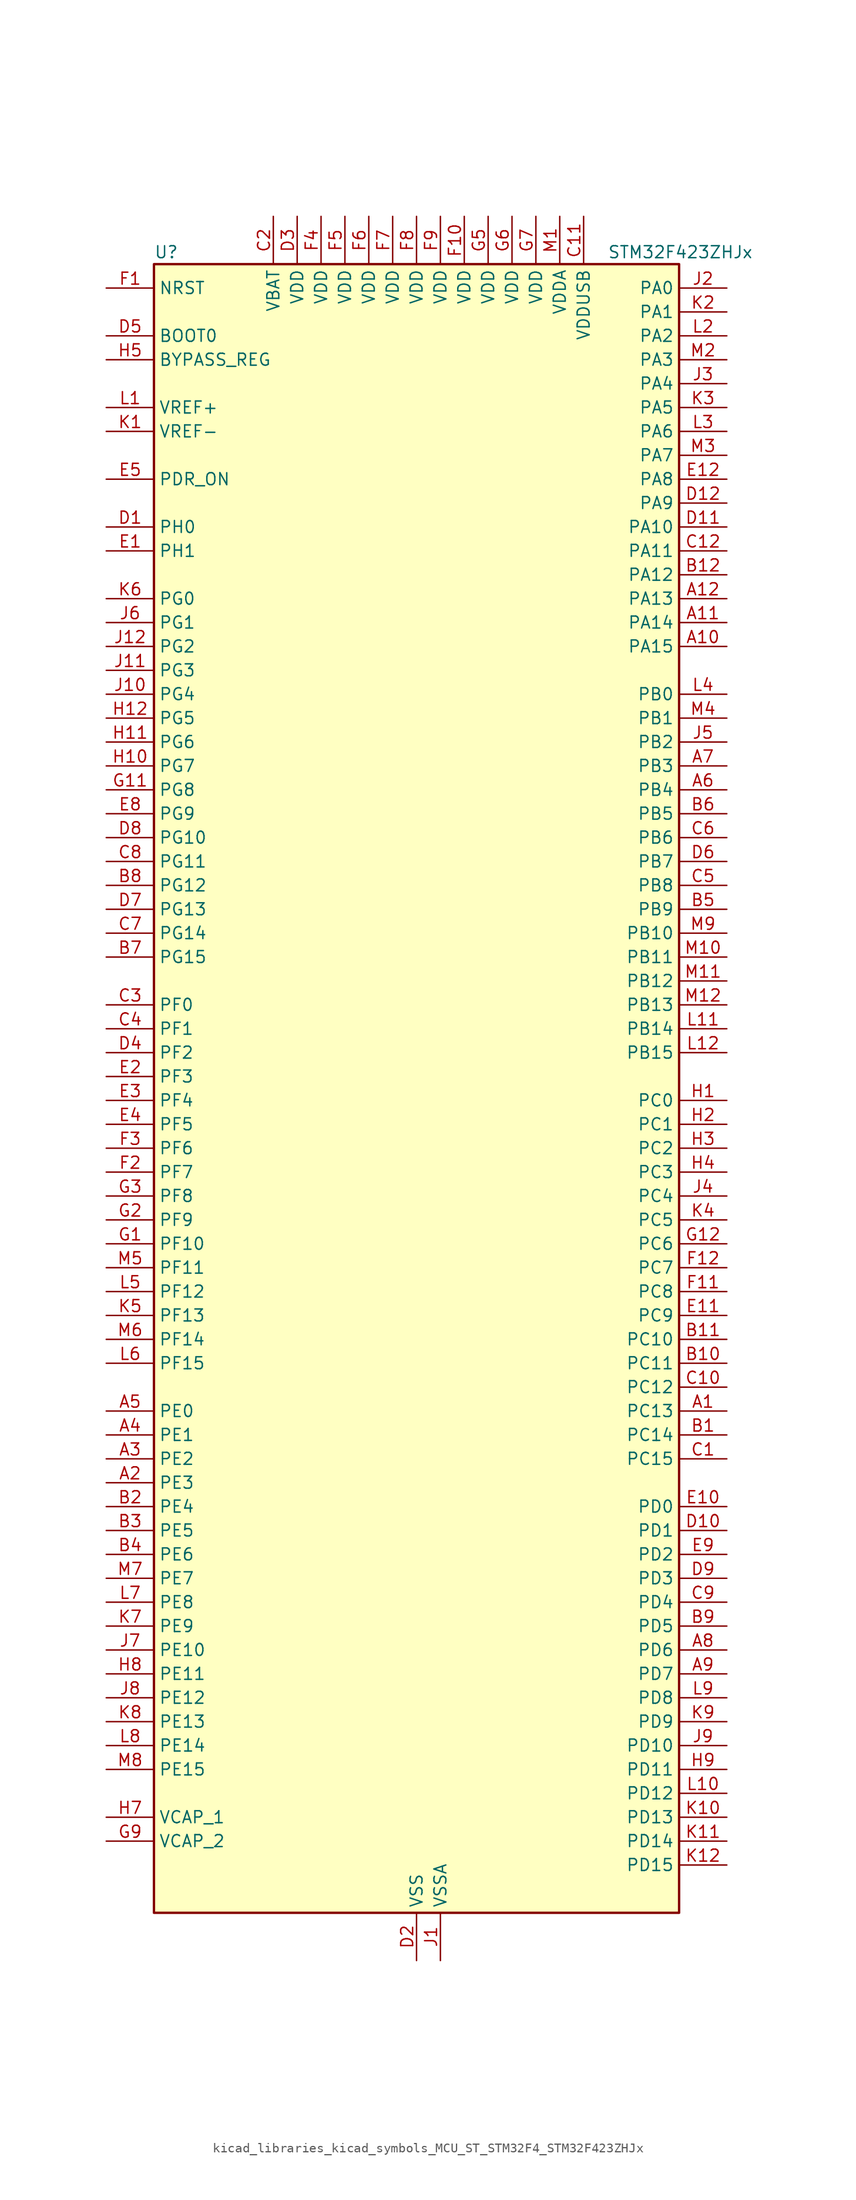
<source format=kicad_sym>
(kicad_symbol_lib
  (version 20220914)
  (generator kicad_symbol_editor)
  (symbol "kicad_libraries_kicad_symbols_MCU_ST_STM32F4_STM32F423ZHJx"
    (property "Reference" "U"
      (at -27.94 90.17 0)
      (effects (font (size 1.27 1.27)) (justify left)))
    (property "Value" "STM32F423ZHJx"
      (at 20.32 90.17 0)
      (effects (font (size 1.27 1.27)) (justify left)))
    (property "ki_locked" ""
      (at 0 0 0)
      (effects (font (size 1.27 1.27))))
    (symbol "kicad_libraries_kicad_symbols_MCU_ST_STM32F4_STM32F423ZHJx_0_1"
      (rectangle (start -27.94 -86.36) (end 27.94 88.9) (stroke (width 0.254) (type default)) (fill (type background))))
    (symbol "kicad_libraries_kicad_symbols_MCU_ST_STM32F4_STM32F423ZHJx_1_1"
      (pin bidirectional line (at 33.02 -33.02 180) (length 5.08) (name "PC13" (effects (font (size 1.27 1.27)))) (number "A1" (effects (font (size 1.27 1.27)))) (alternate "RTC_AF1" bidirectional line))
      (pin bidirectional line (at 33.02 48.26 180) (length 5.08) (name "PA15" (effects (font (size 1.27 1.27)))) (number "A10" (effects (font (size 1.27 1.27)))) (alternate "ADC1_EXTI15" bidirectional line) (alternate "CAN3_TX" bidirectional line) (alternate "I2S1_WS" bidirectional line) (alternate "I2S3_WS" bidirectional line) (alternate "SAI1_MCLK_A" bidirectional line) (alternate "SPI1_NSS" bidirectional line) (alternate "SPI3_NSS" bidirectional line) (alternate "SYS_JTDI" bidirectional line) (alternate "TIM2_CH1" bidirectional line) (alternate "TIM2_ETR" bidirectional line) (alternate "UART7_TX" bidirectional line) (alternate "USART1_TX" bidirectional line))
      (pin bidirectional line (at 33.02 50.8 180) (length 5.08) (name "PA14" (effects (font (size 1.27 1.27)))) (number "A11" (effects (font (size 1.27 1.27)))) (alternate "SYS_JTCK-SWCLK" bidirectional line))
      (pin bidirectional line (at 33.02 53.34 180) (length 5.08) (name "PA13" (effects (font (size 1.27 1.27)))) (number "A12" (effects (font (size 1.27 1.27)))) (alternate "SYS_JTMS-SWDIO" bidirectional line))
      (pin bidirectional line (at -33.02 -40.64 0) (length 5.08) (name "PE3" (effects (font (size 1.27 1.27)))) (number "A2" (effects (font (size 1.27 1.27)))) (alternate "FSMC_A19" bidirectional line) (alternate "SAI1_SD_B" bidirectional line) (alternate "SYS_TRACED0" bidirectional line) (alternate "UART10_TX" bidirectional line))
      (pin bidirectional line (at -33.02 -38.1 0) (length 5.08) (name "PE2" (effects (font (size 1.27 1.27)))) (number "A3" (effects (font (size 1.27 1.27)))) (alternate "FSMC_A23" bidirectional line) (alternate "I2S4_CK" bidirectional line) (alternate "I2S5_CK" bidirectional line) (alternate "QUADSPI_BK1_IO2" bidirectional line) (alternate "SAI1_MCLK_A" bidirectional line) (alternate "SPI4_SCK" bidirectional line) (alternate "SPI5_SCK" bidirectional line) (alternate "SYS_TRACECLK" bidirectional line) (alternate "UART10_RX" bidirectional line))
      (pin bidirectional line (at -33.02 -35.56 0) (length 5.08) (name "PE1" (effects (font (size 1.27 1.27)))) (number "A4" (effects (font (size 1.27 1.27)))) (alternate "DFSDM2_DATIN4" bidirectional line) (alternate "FSMC_NBL1" bidirectional line) (alternate "UART8_TX" bidirectional line))
      (pin bidirectional line (at -33.02 -33.02 0) (length 5.08) (name "PE0" (effects (font (size 1.27 1.27)))) (number "A5" (effects (font (size 1.27 1.27)))) (alternate "DFSDM2_CKIN4" bidirectional line) (alternate "FSMC_NBL0" bidirectional line) (alternate "TIM4_ETR" bidirectional line) (alternate "UART8_RX" bidirectional line))
      (pin bidirectional line (at 33.02 33.02 180) (length 5.08) (name "PB4" (effects (font (size 1.27 1.27)))) (number "A6" (effects (font (size 1.27 1.27)))) (alternate "CAN3_TX" bidirectional line) (alternate "I2C3_SDA" bidirectional line) (alternate "I2S3_ext_SD" bidirectional line) (alternate "SAI1_SCK_A" bidirectional line) (alternate "SDIO_D0" bidirectional line) (alternate "SPI1_MISO" bidirectional line) (alternate "SPI3_MISO" bidirectional line) (alternate "SYS_JTRST" bidirectional line) (alternate "TIM3_CH1" bidirectional line) (alternate "UART7_TX" bidirectional line))
      (pin bidirectional line (at 33.02 35.56 180) (length 5.08) (name "PB3" (effects (font (size 1.27 1.27)))) (number "A7" (effects (font (size 1.27 1.27)))) (alternate "CAN3_RX" bidirectional line) (alternate "FMPI2C1_SDA" bidirectional line) (alternate "I2C2_SDA" bidirectional line) (alternate "I2S1_CK" bidirectional line) (alternate "I2S3_CK" bidirectional line) (alternate "SAI1_SD_A" bidirectional line) (alternate "SPI1_SCK" bidirectional line) (alternate "SPI3_SCK" bidirectional line) (alternate "SYS_JTDO-SWO" bidirectional line) (alternate "TIM2_CH2" bidirectional line) (alternate "UART7_RX" bidirectional line) (alternate "USART1_RX" bidirectional line))
      (pin bidirectional line (at 33.02 -58.42 180) (length 5.08) (name "PD6" (effects (font (size 1.27 1.27)))) (number "A8" (effects (font (size 1.27 1.27)))) (alternate "DFSDM1_DATIN1" bidirectional line) (alternate "FSMC_NWAIT" bidirectional line) (alternate "I2S3_SD" bidirectional line) (alternate "SPI3_MOSI" bidirectional line) (alternate "USART2_RX" bidirectional line))
      (pin bidirectional line (at 33.02 -60.96 180) (length 5.08) (name "PD7" (effects (font (size 1.27 1.27)))) (number "A9" (effects (font (size 1.27 1.27)))) (alternate "DFSDM1_CKIN1" bidirectional line) (alternate "FSMC_NE1" bidirectional line) (alternate "USART2_CK" bidirectional line))
      (pin bidirectional line (at 33.02 -35.56 180) (length 5.08) (name "PC14" (effects (font (size 1.27 1.27)))) (number "B1" (effects (font (size 1.27 1.27)))) (alternate "RCC_OSC32_IN" bidirectional line))
      (pin bidirectional line (at 33.02 -27.94 180) (length 5.08) (name "PC11" (effects (font (size 1.27 1.27)))) (number "B10" (effects (font (size 1.27 1.27)))) (alternate "ADC1_EXTI11" bidirectional line) (alternate "DFSDM2_DATIN5" bidirectional line) (alternate "FSMC_D2" bidirectional line) (alternate "FSMC_DA2" bidirectional line) (alternate "I2S3_ext_SD" bidirectional line) (alternate "QUADSPI_BK2_NCS" bidirectional line) (alternate "SDIO_D3" bidirectional line) (alternate "SPI3_MISO" bidirectional line) (alternate "UART4_RX" bidirectional line) (alternate "USART3_RX" bidirectional line))
      (pin bidirectional line (at 33.02 -25.4 180) (length 5.08) (name "PC10" (effects (font (size 1.27 1.27)))) (number "B11" (effects (font (size 1.27 1.27)))) (alternate "DFSDM2_CKIN5" bidirectional line) (alternate "I2S3_CK" bidirectional line) (alternate "QUADSPI_BK1_IO1" bidirectional line) (alternate "SDIO_D2" bidirectional line) (alternate "SPI3_SCK" bidirectional line) (alternate "USART3_TX" bidirectional line))
      (pin bidirectional line (at 33.02 55.88 180) (length 5.08) (name "PA12" (effects (font (size 1.27 1.27)))) (number "B12" (effects (font (size 1.27 1.27)))) (alternate "CAN1_TX" bidirectional line) (alternate "DFSDM2_DATIN5" bidirectional line) (alternate "SPI2_MISO" bidirectional line) (alternate "SPI5_MISO" bidirectional line) (alternate "TIM1_ETR" bidirectional line) (alternate "UART4_TX" bidirectional line) (alternate "USART1_RTS" bidirectional line) (alternate "USART6_RX" bidirectional line) (alternate "USB_OTG_FS_DP" bidirectional line))
      (pin bidirectional line (at -33.02 -43.18 0) (length 5.08) (name "PE4" (effects (font (size 1.27 1.27)))) (number "B2" (effects (font (size 1.27 1.27)))) (alternate "DFSDM1_DATIN3" bidirectional line) (alternate "FSMC_A20" bidirectional line) (alternate "I2S4_WS" bidirectional line) (alternate "I2S5_WS" bidirectional line) (alternate "SAI1_SD_A" bidirectional line) (alternate "SPI4_NSS" bidirectional line) (alternate "SPI5_NSS" bidirectional line) (alternate "SYS_TRACED1" bidirectional line))
      (pin bidirectional line (at -33.02 -45.72 0) (length 5.08) (name "PE5" (effects (font (size 1.27 1.27)))) (number "B3" (effects (font (size 1.27 1.27)))) (alternate "DFSDM1_CKIN3" bidirectional line) (alternate "FSMC_A21" bidirectional line) (alternate "SAI1_SCK_A" bidirectional line) (alternate "SPI4_MISO" bidirectional line) (alternate "SPI5_MISO" bidirectional line) (alternate "SYS_TRACED2" bidirectional line) (alternate "TIM9_CH1" bidirectional line))
      (pin bidirectional line (at -33.02 -48.26 0) (length 5.08) (name "PE6" (effects (font (size 1.27 1.27)))) (number "B4" (effects (font (size 1.27 1.27)))) (alternate "FSMC_A22" bidirectional line) (alternate "I2S4_SD" bidirectional line) (alternate "I2S5_SD" bidirectional line) (alternate "SAI1_FS_A" bidirectional line) (alternate "SPI4_MOSI" bidirectional line) (alternate "SPI5_MOSI" bidirectional line) (alternate "SYS_TRACED3" bidirectional line) (alternate "TIM9_CH2" bidirectional line))
      (pin bidirectional line (at 33.02 20.32 180) (length 5.08) (name "PB9" (effects (font (size 1.27 1.27)))) (number "B5" (effects (font (size 1.27 1.27)))) (alternate "CAN1_TX" bidirectional line) (alternate "DAC_EXTI9" bidirectional line) (alternate "DFSDM2_DATIN1" bidirectional line) (alternate "I2C1_SDA" bidirectional line) (alternate "I2C2_SDA" bidirectional line) (alternate "I2S2_WS" bidirectional line) (alternate "SDIO_D5" bidirectional line) (alternate "SPI2_NSS" bidirectional line) (alternate "TIM11_CH1" bidirectional line) (alternate "TIM4_CH4" bidirectional line) (alternate "UART5_TX" bidirectional line))
      (pin bidirectional line (at 33.02 30.48 180) (length 5.08) (name "PB5" (effects (font (size 1.27 1.27)))) (number "B6" (effects (font (size 1.27 1.27)))) (alternate "CAN2_RX" bidirectional line) (alternate "I2C1_SMBA" bidirectional line) (alternate "I2S1_SD" bidirectional line) (alternate "I2S3_SD" bidirectional line) (alternate "LPTIM1_IN1" bidirectional line) (alternate "SAI1_FS_A" bidirectional line) (alternate "SDIO_D3" bidirectional line) (alternate "SPI1_MOSI" bidirectional line) (alternate "SPI3_MOSI" bidirectional line) (alternate "TIM3_CH2" bidirectional line) (alternate "UART5_RX" bidirectional line))
      (pin bidirectional line (at -33.02 15.24 0) (length 5.08) (name "PG15" (effects (font (size 1.27 1.27)))) (number "B7" (effects (font (size 1.27 1.27)))) (alternate "ADC1_EXTI15" bidirectional line) (alternate "USART6_CTS" bidirectional line))
      (pin bidirectional line (at -33.02 22.86 0) (length 5.08) (name "PG12" (effects (font (size 1.27 1.27)))) (number "B8" (effects (font (size 1.27 1.27)))) (alternate "CAN2_TX" bidirectional line) (alternate "FSMC_NE4" bidirectional line) (alternate "UART10_TX" bidirectional line) (alternate "USART6_RTS" bidirectional line))
      (pin bidirectional line (at 33.02 -55.88 180) (length 5.08) (name "PD5" (effects (font (size 1.27 1.27)))) (number "B9" (effects (font (size 1.27 1.27)))) (alternate "DFSDM2_CKOUT" bidirectional line) (alternate "FSMC_NWE" bidirectional line) (alternate "USART2_TX" bidirectional line))
      (pin bidirectional line (at 33.02 -38.1 180) (length 5.08) (name "PC15" (effects (font (size 1.27 1.27)))) (number "C1" (effects (font (size 1.27 1.27)))) (alternate "ADC1_EXTI15" bidirectional line) (alternate "RCC_OSC32_OUT" bidirectional line))
      (pin bidirectional line (at 33.02 -30.48 180) (length 5.08) (name "PC12" (effects (font (size 1.27 1.27)))) (number "C10" (effects (font (size 1.27 1.27)))) (alternate "FSMC_D3" bidirectional line) (alternate "FSMC_DA3" bidirectional line) (alternate "I2S3_SD" bidirectional line) (alternate "SDIO_CK" bidirectional line) (alternate "SPI3_MOSI" bidirectional line) (alternate "UART5_TX" bidirectional line) (alternate "USART3_CK" bidirectional line))
      (pin power_in line (at 17.78 93.98 270) (length 5.08) (name "VDDUSB" (effects (font (size 1.27 1.27)))) (number "C11" (effects (font (size 1.27 1.27)))))
      (pin bidirectional line (at 33.02 58.42 180) (length 5.08) (name "PA11" (effects (font (size 1.27 1.27)))) (number "C12" (effects (font (size 1.27 1.27)))) (alternate "ADC1_EXTI11" bidirectional line) (alternate "CAN1_RX" bidirectional line) (alternate "DFSDM2_CKIN5" bidirectional line) (alternate "I2S2_WS" bidirectional line) (alternate "SPI2_NSS" bidirectional line) (alternate "SPI4_MISO" bidirectional line) (alternate "TIM1_CH4" bidirectional line) (alternate "UART4_RX" bidirectional line) (alternate "USART1_CTS" bidirectional line) (alternate "USART6_TX" bidirectional line) (alternate "USB_OTG_FS_DM" bidirectional line))
      (pin power_in line (at -15.24 93.98 270) (length 5.08) (name "VBAT" (effects (font (size 1.27 1.27)))) (number "C2" (effects (font (size 1.27 1.27)))))
      (pin bidirectional line (at -33.02 10.16 0) (length 5.08) (name "PF0" (effects (font (size 1.27 1.27)))) (number "C3" (effects (font (size 1.27 1.27)))) (alternate "FSMC_A0" bidirectional line) (alternate "I2C2_SDA" bidirectional line))
      (pin bidirectional line (at -33.02 7.62 0) (length 5.08) (name "PF1" (effects (font (size 1.27 1.27)))) (number "C4" (effects (font (size 1.27 1.27)))) (alternate "FSMC_A1" bidirectional line) (alternate "I2C2_SCL" bidirectional line))
      (pin bidirectional line (at 33.02 22.86 180) (length 5.08) (name "PB8" (effects (font (size 1.27 1.27)))) (number "C5" (effects (font (size 1.27 1.27)))) (alternate "CAN1_RX" bidirectional line) (alternate "DFSDM2_CKIN1" bidirectional line) (alternate "I2C1_SCL" bidirectional line) (alternate "I2C3_SDA" bidirectional line) (alternate "I2S5_SD" bidirectional line) (alternate "LPTIM1_OUT" bidirectional line) (alternate "SDIO_D4" bidirectional line) (alternate "SPI5_MOSI" bidirectional line) (alternate "TIM10_CH1" bidirectional line) (alternate "TIM4_CH3" bidirectional line) (alternate "UART5_RX" bidirectional line))
      (pin bidirectional line (at 33.02 27.94 180) (length 5.08) (name "PB6" (effects (font (size 1.27 1.27)))) (number "C6" (effects (font (size 1.27 1.27)))) (alternate "CAN2_TX" bidirectional line) (alternate "DFSDM2_CKIN7" bidirectional line) (alternate "I2C1_SCL" bidirectional line) (alternate "LPTIM1_ETR" bidirectional line) (alternate "QUADSPI_BK1_NCS" bidirectional line) (alternate "SDIO_D0" bidirectional line) (alternate "TIM4_CH1" bidirectional line) (alternate "UART5_TX" bidirectional line) (alternate "USART1_TX" bidirectional line))
      (pin bidirectional line (at -33.02 17.78 0) (length 5.08) (name "PG14" (effects (font (size 1.27 1.27)))) (number "C7" (effects (font (size 1.27 1.27)))) (alternate "FSMC_A25" bidirectional line) (alternate "QUADSPI_BK2_IO3" bidirectional line) (alternate "SYS_TRACED3" bidirectional line) (alternate "USART6_TX" bidirectional line))
      (pin bidirectional line (at -33.02 25.4 0) (length 5.08) (name "PG11" (effects (font (size 1.27 1.27)))) (number "C8" (effects (font (size 1.27 1.27)))) (alternate "ADC1_EXTI11" bidirectional line) (alternate "CAN2_RX" bidirectional line) (alternate "UART10_RX" bidirectional line))
      (pin bidirectional line (at 33.02 -53.34 180) (length 5.08) (name "PD4" (effects (font (size 1.27 1.27)))) (number "C9" (effects (font (size 1.27 1.27)))) (alternate "DFSDM1_CKIN0" bidirectional line) (alternate "FSMC_NOE" bidirectional line) (alternate "USART2_RTS" bidirectional line))
      (pin bidirectional line (at -33.02 60.96 0) (length 5.08) (name "PH0" (effects (font (size 1.27 1.27)))) (number "D1" (effects (font (size 1.27 1.27)))) (alternate "RCC_OSC_IN" bidirectional line))
      (pin bidirectional line (at 33.02 -45.72 180) (length 5.08) (name "PD1" (effects (font (size 1.27 1.27)))) (number "D10" (effects (font (size 1.27 1.27)))) (alternate "CAN1_TX" bidirectional line) (alternate "DFSDM2_DATIN6" bidirectional line) (alternate "FSMC_D3" bidirectional line) (alternate "FSMC_DA3" bidirectional line) (alternate "UART4_TX" bidirectional line))
      (pin bidirectional line (at 33.02 60.96 180) (length 5.08) (name "PA10" (effects (font (size 1.27 1.27)))) (number "D11" (effects (font (size 1.27 1.27)))) (alternate "DFSDM2_DATIN3" bidirectional line) (alternate "I2S2_SD" bidirectional line) (alternate "I2S5_SD" bidirectional line) (alternate "SPI2_MOSI" bidirectional line) (alternate "SPI5_MOSI" bidirectional line) (alternate "TIM1_CH3" bidirectional line) (alternate "USART1_RX" bidirectional line) (alternate "USB_OTG_FS_ID" bidirectional line))
      (pin bidirectional line (at 33.02 63.5 180) (length 5.08) (name "PA9" (effects (font (size 1.27 1.27)))) (number "D12" (effects (font (size 1.27 1.27)))) (alternate "DAC_EXTI9" bidirectional line) (alternate "DFSDM2_CKIN3" bidirectional line) (alternate "I2C3_SMBA" bidirectional line) (alternate "I2S2_CK" bidirectional line) (alternate "SDIO_D2" bidirectional line) (alternate "SPI2_SCK" bidirectional line) (alternate "TIM1_CH2" bidirectional line) (alternate "USART1_TX" bidirectional line) (alternate "USB_OTG_FS_VBUS" bidirectional line))
      (pin power_in line (at 0 -91.44 90) (length 5.08) (name "VSS" (effects (font (size 1.27 1.27)))) (number "D2" (effects (font (size 1.27 1.27)))))
      (pin power_in line (at -12.7 93.98 270) (length 5.08) (name "VDD" (effects (font (size 1.27 1.27)))) (number "D3" (effects (font (size 1.27 1.27)))))
      (pin bidirectional line (at -33.02 5.08 0) (length 5.08) (name "PF2" (effects (font (size 1.27 1.27)))) (number "D4" (effects (font (size 1.27 1.27)))) (alternate "FSMC_A2" bidirectional line) (alternate "I2C2_SMBA" bidirectional line))
      (pin input line (at -33.02 81.28 0) (length 5.08) (name "BOOT0" (effects (font (size 1.27 1.27)))) (number "D5" (effects (font (size 1.27 1.27)))))
      (pin bidirectional line (at 33.02 25.4 180) (length 5.08) (name "PB7" (effects (font (size 1.27 1.27)))) (number "D6" (effects (font (size 1.27 1.27)))) (alternate "DFSDM2_DATIN7" bidirectional line) (alternate "FSMC_NL" bidirectional line) (alternate "I2C1_SDA" bidirectional line) (alternate "LPTIM1_IN2" bidirectional line) (alternate "TIM4_CH2" bidirectional line) (alternate "USART1_RX" bidirectional line))
      (pin bidirectional line (at -33.02 20.32 0) (length 5.08) (name "PG13" (effects (font (size 1.27 1.27)))) (number "D7" (effects (font (size 1.27 1.27)))) (alternate "FSMC_A24" bidirectional line) (alternate "SYS_TRACED2" bidirectional line) (alternate "USART6_CTS" bidirectional line))
      (pin bidirectional line (at -33.02 27.94 0) (length 5.08) (name "PG10" (effects (font (size 1.27 1.27)))) (number "D8" (effects (font (size 1.27 1.27)))) (alternate "FSMC_NE3" bidirectional line))
      (pin bidirectional line (at 33.02 -50.8 180) (length 5.08) (name "PD3" (effects (font (size 1.27 1.27)))) (number "D9" (effects (font (size 1.27 1.27)))) (alternate "DFSDM1_DATIN0" bidirectional line) (alternate "FSMC_CLK" bidirectional line) (alternate "I2S2_CK" bidirectional line) (alternate "QUADSPI_CLK" bidirectional line) (alternate "SPI2_SCK" bidirectional line) (alternate "SYS_TRACED1" bidirectional line) (alternate "USART2_CTS" bidirectional line))
      (pin bidirectional line (at -33.02 58.42 0) (length 5.08) (name "PH1" (effects (font (size 1.27 1.27)))) (number "E1" (effects (font (size 1.27 1.27)))) (alternate "RCC_OSC_OUT" bidirectional line))
      (pin bidirectional line (at 33.02 -43.18 180) (length 5.08) (name "PD0" (effects (font (size 1.27 1.27)))) (number "E10" (effects (font (size 1.27 1.27)))) (alternate "CAN1_RX" bidirectional line) (alternate "DFSDM2_CKIN6" bidirectional line) (alternate "FSMC_D2" bidirectional line) (alternate "FSMC_DA2" bidirectional line) (alternate "UART4_RX" bidirectional line))
      (pin bidirectional line (at 33.02 -22.86 180) (length 5.08) (name "PC9" (effects (font (size 1.27 1.27)))) (number "E11" (effects (font (size 1.27 1.27)))) (alternate "DAC_EXTI9" bidirectional line) (alternate "DFSDM2_DATIN3" bidirectional line) (alternate "I2C3_SDA" bidirectional line) (alternate "I2S_CKIN" bidirectional line) (alternate "QUADSPI_BK1_IO0" bidirectional line) (alternate "RCC_MCO_2" bidirectional line) (alternate "SDIO_D1" bidirectional line) (alternate "TIM3_CH4" bidirectional line) (alternate "TIM8_CH4" bidirectional line))
      (pin bidirectional line (at 33.02 66.04 180) (length 5.08) (name "PA8" (effects (font (size 1.27 1.27)))) (number "E12" (effects (font (size 1.27 1.27)))) (alternate "CAN3_RX" bidirectional line) (alternate "DFSDM1_CKOUT" bidirectional line) (alternate "I2C3_SCL" bidirectional line) (alternate "RCC_MCO_1" bidirectional line) (alternate "SDIO_D1" bidirectional line) (alternate "TIM1_CH1" bidirectional line) (alternate "UART7_RX" bidirectional line) (alternate "USART1_CK" bidirectional line) (alternate "USB_OTG_FS_SOF" bidirectional line))
      (pin bidirectional line (at -33.02 2.54 0) (length 5.08) (name "PF3" (effects (font (size 1.27 1.27)))) (number "E2" (effects (font (size 1.27 1.27)))) (alternate "FSMC_A3" bidirectional line) (alternate "TIM5_CH1" bidirectional line))
      (pin bidirectional line (at -33.02 0 0) (length 5.08) (name "PF4" (effects (font (size 1.27 1.27)))) (number "E3" (effects (font (size 1.27 1.27)))) (alternate "FSMC_A4" bidirectional line) (alternate "TIM5_CH2" bidirectional line))
      (pin bidirectional line (at -33.02 -2.54 0) (length 5.08) (name "PF5" (effects (font (size 1.27 1.27)))) (number "E4" (effects (font (size 1.27 1.27)))) (alternate "FSMC_A5" bidirectional line) (alternate "TIM5_CH3" bidirectional line))
      (pin input line (at -33.02 66.04 0) (length 5.08) (name "PDR_ON" (effects (font (size 1.27 1.27)))) (number "E5" (effects (font (size 1.27 1.27)))))
      (pin passive line (at 0 -91.44 90) (length 5.08) hide (name "VSS" (effects (font (size 1.27 1.27)))) (number "E6" (effects (font (size 1.27 1.27)))))
      (pin passive line (at 0 -91.44 90) (length 5.08) hide (name "VSS" (effects (font (size 1.27 1.27)))) (number "E7" (effects (font (size 1.27 1.27)))))
      (pin bidirectional line (at -33.02 30.48 0) (length 5.08) (name "PG9" (effects (font (size 1.27 1.27)))) (number "E8" (effects (font (size 1.27 1.27)))) (alternate "DAC_EXTI9" bidirectional line) (alternate "FSMC_NE2" bidirectional line) (alternate "QUADSPI_BK2_IO2" bidirectional line) (alternate "USART6_RX" bidirectional line))
      (pin bidirectional line (at 33.02 -48.26 180) (length 5.08) (name "PD2" (effects (font (size 1.27 1.27)))) (number "E9" (effects (font (size 1.27 1.27)))) (alternate "DFSDM2_CKOUT" bidirectional line) (alternate "FSMC_NWE" bidirectional line) (alternate "SDIO_CMD" bidirectional line) (alternate "TIM3_ETR" bidirectional line) (alternate "UART5_RX" bidirectional line))
      (pin input line (at -33.02 86.36 0) (length 5.08) (name "NRST" (effects (font (size 1.27 1.27)))) (number "F1" (effects (font (size 1.27 1.27)))))
      (pin power_in line (at 5.08 93.98 270) (length 5.08) (name "VDD" (effects (font (size 1.27 1.27)))) (number "F10" (effects (font (size 1.27 1.27)))))
      (pin bidirectional line (at 33.02 -20.32 180) (length 5.08) (name "PC8" (effects (font (size 1.27 1.27)))) (number "F11" (effects (font (size 1.27 1.27)))) (alternate "DFSDM2_CKIN3" bidirectional line) (alternate "QUADSPI_BK1_IO2" bidirectional line) (alternate "SDIO_D0" bidirectional line) (alternate "TIM3_CH3" bidirectional line) (alternate "TIM8_CH3" bidirectional line) (alternate "USART6_CK" bidirectional line))
      (pin bidirectional line (at 33.02 -17.78 180) (length 5.08) (name "PC7" (effects (font (size 1.27 1.27)))) (number "F12" (effects (font (size 1.27 1.27)))) (alternate "DFSDM1_DATIN3" bidirectional line) (alternate "DFSDM2_CKIN6" bidirectional line) (alternate "FMPI2C1_SDA" bidirectional line) (alternate "I2S2_CK" bidirectional line) (alternate "I2S3_MCK" bidirectional line) (alternate "SDIO_D7" bidirectional line) (alternate "SPI2_SCK" bidirectional line) (alternate "TIM3_CH2" bidirectional line) (alternate "TIM8_CH2" bidirectional line) (alternate "USART6_RX" bidirectional line))
      (pin bidirectional line (at -33.02 -7.62 0) (length 5.08) (name "PF7" (effects (font (size 1.27 1.27)))) (number "F2" (effects (font (size 1.27 1.27)))) (alternate "QUADSPI_BK1_IO2" bidirectional line) (alternate "SAI1_MCLK_B" bidirectional line) (alternate "SYS_TRACED1" bidirectional line) (alternate "TIM11_CH1" bidirectional line) (alternate "UART7_TX" bidirectional line))
      (pin bidirectional line (at -33.02 -5.08 0) (length 5.08) (name "PF6" (effects (font (size 1.27 1.27)))) (number "F3" (effects (font (size 1.27 1.27)))) (alternate "QUADSPI_BK1_IO3" bidirectional line) (alternate "SAI1_SD_B" bidirectional line) (alternate "SYS_TRACED0" bidirectional line) (alternate "TIM10_CH1" bidirectional line) (alternate "UART7_RX" bidirectional line))
      (pin power_in line (at -10.16 93.98 270) (length 5.08) (name "VDD" (effects (font (size 1.27 1.27)))) (number "F4" (effects (font (size 1.27 1.27)))))
      (pin power_in line (at -7.62 93.98 270) (length 5.08) (name "VDD" (effects (font (size 1.27 1.27)))) (number "F5" (effects (font (size 1.27 1.27)))))
      (pin power_in line (at -5.08 93.98 270) (length 5.08) (name "VDD" (effects (font (size 1.27 1.27)))) (number "F6" (effects (font (size 1.27 1.27)))))
      (pin power_in line (at -2.54 93.98 270) (length 5.08) (name "VDD" (effects (font (size 1.27 1.27)))) (number "F7" (effects (font (size 1.27 1.27)))))
      (pin power_in line (at 0 93.98 270) (length 5.08) (name "VDD" (effects (font (size 1.27 1.27)))) (number "F8" (effects (font (size 1.27 1.27)))))
      (pin power_in line (at 2.54 93.98 270) (length 5.08) (name "VDD" (effects (font (size 1.27 1.27)))) (number "F9" (effects (font (size 1.27 1.27)))))
      (pin bidirectional line (at -33.02 -15.24 0) (length 5.08) (name "PF10" (effects (font (size 1.27 1.27)))) (number "G1" (effects (font (size 1.27 1.27)))) (alternate "TIM1_ETR" bidirectional line) (alternate "TIM5_CH4" bidirectional line))
      (pin passive line (at 0 -91.44 90) (length 5.08) hide (name "VSS" (effects (font (size 1.27 1.27)))) (number "G10" (effects (font (size 1.27 1.27)))))
      (pin bidirectional line (at -33.02 33.02 0) (length 5.08) (name "PG8" (effects (font (size 1.27 1.27)))) (number "G11" (effects (font (size 1.27 1.27)))) (alternate "USART6_RTS" bidirectional line))
      (pin bidirectional line (at 33.02 -15.24 180) (length 5.08) (name "PC6" (effects (font (size 1.27 1.27)))) (number "G12" (effects (font (size 1.27 1.27)))) (alternate "DFSDM1_CKIN3" bidirectional line) (alternate "DFSDM2_DATIN6" bidirectional line) (alternate "FMPI2C1_SCL" bidirectional line) (alternate "FSMC_D1" bidirectional line) (alternate "FSMC_DA1" bidirectional line) (alternate "I2S2_MCK" bidirectional line) (alternate "SDIO_D6" bidirectional line) (alternate "TIM3_CH1" bidirectional line) (alternate "TIM8_CH1" bidirectional line) (alternate "USART6_TX" bidirectional line))
      (pin bidirectional line (at -33.02 -12.7 0) (length 5.08) (name "PF9" (effects (font (size 1.27 1.27)))) (number "G2" (effects (font (size 1.27 1.27)))) (alternate "DAC_EXTI9" bidirectional line) (alternate "QUADSPI_BK1_IO1" bidirectional line) (alternate "SAI1_FS_B" bidirectional line) (alternate "TIM14_CH1" bidirectional line) (alternate "UART8_TX" bidirectional line))
      (pin bidirectional line (at -33.02 -10.16 0) (length 5.08) (name "PF8" (effects (font (size 1.27 1.27)))) (number "G3" (effects (font (size 1.27 1.27)))) (alternate "QUADSPI_BK1_IO0" bidirectional line) (alternate "SAI1_SCK_B" bidirectional line) (alternate "TIM13_CH1" bidirectional line) (alternate "UART8_RX" bidirectional line))
      (pin passive line (at 0 -91.44 90) (length 5.08) hide (name "VSS" (effects (font (size 1.27 1.27)))) (number "G4" (effects (font (size 1.27 1.27)))))
      (pin power_in line (at 7.62 93.98 270) (length 5.08) (name "VDD" (effects (font (size 1.27 1.27)))) (number "G5" (effects (font (size 1.27 1.27)))))
      (pin power_in line (at 10.16 93.98 270) (length 5.08) (name "VDD" (effects (font (size 1.27 1.27)))) (number "G6" (effects (font (size 1.27 1.27)))))
      (pin power_in line (at 12.7 93.98 270) (length 5.08) (name "VDD" (effects (font (size 1.27 1.27)))) (number "G7" (effects (font (size 1.27 1.27)))))
      (pin passive line (at 0 -91.44 90) (length 5.08) hide (name "VSS" (effects (font (size 1.27 1.27)))) (number "G8" (effects (font (size 1.27 1.27)))))
      (pin power_out line (at -33.02 -78.74 0) (length 5.08) (name "VCAP_2" (effects (font (size 1.27 1.27)))) (number "G9" (effects (font (size 1.27 1.27)))))
      (pin bidirectional line (at 33.02 0 180) (length 5.08) (name "PC0" (effects (font (size 1.27 1.27)))) (number "H1" (effects (font (size 1.27 1.27)))) (alternate "ADC1_IN10" bidirectional line) (alternate "DFSDM2_CKIN4" bidirectional line) (alternate "LPTIM1_IN1" bidirectional line) (alternate "SAI1_MCLK_B" bidirectional line) (alternate "SYS_WKUP2" bidirectional line))
      (pin bidirectional line (at -33.02 35.56 0) (length 5.08) (name "PG7" (effects (font (size 1.27 1.27)))) (number "H10" (effects (font (size 1.27 1.27)))) (alternate "USART6_CK" bidirectional line))
      (pin bidirectional line (at -33.02 38.1 0) (length 5.08) (name "PG6" (effects (font (size 1.27 1.27)))) (number "H11" (effects (font (size 1.27 1.27)))) (alternate "QUADSPI_BK1_NCS" bidirectional line))
      (pin bidirectional line (at -33.02 40.64 0) (length 5.08) (name "PG5" (effects (font (size 1.27 1.27)))) (number "H12" (effects (font (size 1.27 1.27)))) (alternate "FSMC_A15" bidirectional line))
      (pin bidirectional line (at 33.02 -2.54 180) (length 5.08) (name "PC1" (effects (font (size 1.27 1.27)))) (number "H2" (effects (font (size 1.27 1.27)))) (alternate "ADC1_IN11" bidirectional line) (alternate "DFSDM2_DATIN4" bidirectional line) (alternate "LPTIM1_OUT" bidirectional line) (alternate "SAI1_SD_B" bidirectional line) (alternate "SYS_WKUP3" bidirectional line))
      (pin bidirectional line (at 33.02 -5.08 180) (length 5.08) (name "PC2" (effects (font (size 1.27 1.27)))) (number "H3" (effects (font (size 1.27 1.27)))) (alternate "ADC1_IN12" bidirectional line) (alternate "DFSDM1_CKOUT" bidirectional line) (alternate "DFSDM2_DATIN7" bidirectional line) (alternate "FSMC_NWE" bidirectional line) (alternate "I2S2_ext_SD" bidirectional line) (alternate "LPTIM1_IN2" bidirectional line) (alternate "SAI1_SCK_B" bidirectional line) (alternate "SPI2_MISO" bidirectional line))
      (pin bidirectional line (at 33.02 -7.62 180) (length 5.08) (name "PC3" (effects (font (size 1.27 1.27)))) (number "H4" (effects (font (size 1.27 1.27)))) (alternate "ADC1_IN13" bidirectional line) (alternate "DFSDM2_CKIN7" bidirectional line) (alternate "FSMC_A0" bidirectional line) (alternate "I2S2_SD" bidirectional line) (alternate "LPTIM1_ETR" bidirectional line) (alternate "SAI1_FS_B" bidirectional line) (alternate "SPI2_MOSI" bidirectional line))
      (pin input line (at -33.02 78.74 0) (length 5.08) (name "BYPASS_REG" (effects (font (size 1.27 1.27)))) (number "H5" (effects (font (size 1.27 1.27)))))
      (pin passive line (at 0 -91.44 90) (length 5.08) hide (name "VSS" (effects (font (size 1.27 1.27)))) (number "H6" (effects (font (size 1.27 1.27)))))
      (pin power_out line (at -33.02 -76.2 0) (length 5.08) (name "VCAP_1" (effects (font (size 1.27 1.27)))) (number "H7" (effects (font (size 1.27 1.27)))))
      (pin bidirectional line (at -33.02 -60.96 0) (length 5.08) (name "PE11" (effects (font (size 1.27 1.27)))) (number "H8" (effects (font (size 1.27 1.27)))) (alternate "ADC1_EXTI11" bidirectional line) (alternate "DFSDM2_CKIN0" bidirectional line) (alternate "FSMC_D8" bidirectional line) (alternate "FSMC_DA8" bidirectional line) (alternate "I2S4_WS" bidirectional line) (alternate "I2S5_WS" bidirectional line) (alternate "SPI4_NSS" bidirectional line) (alternate "SPI5_NSS" bidirectional line) (alternate "TIM1_CH2" bidirectional line))
      (pin bidirectional line (at 33.02 -71.12 180) (length 5.08) (name "PD11" (effects (font (size 1.27 1.27)))) (number "H9" (effects (font (size 1.27 1.27)))) (alternate "ADC1_EXTI11" bidirectional line) (alternate "DFSDM2_DATIN2" bidirectional line) (alternate "FMPI2C1_SMBA" bidirectional line) (alternate "FSMC_A16" bidirectional line) (alternate "QUADSPI_BK1_IO0" bidirectional line) (alternate "USART3_CTS" bidirectional line))
      (pin power_in line (at 2.54 -91.44 90) (length 5.08) (name "VSSA" (effects (font (size 1.27 1.27)))) (number "J1" (effects (font (size 1.27 1.27)))))
      (pin bidirectional line (at -33.02 43.18 0) (length 5.08) (name "PG4" (effects (font (size 1.27 1.27)))) (number "J10" (effects (font (size 1.27 1.27)))) (alternate "FSMC_A14" bidirectional line))
      (pin bidirectional line (at -33.02 45.72 0) (length 5.08) (name "PG3" (effects (font (size 1.27 1.27)))) (number "J11" (effects (font (size 1.27 1.27)))) (alternate "FSMC_A13" bidirectional line))
      (pin bidirectional line (at -33.02 48.26 0) (length 5.08) (name "PG2" (effects (font (size 1.27 1.27)))) (number "J12" (effects (font (size 1.27 1.27)))) (alternate "FSMC_A12" bidirectional line))
      (pin bidirectional line (at 33.02 86.36 180) (length 5.08) (name "PA0" (effects (font (size 1.27 1.27)))) (number "J2" (effects (font (size 1.27 1.27)))) (alternate "ADC1_IN0" bidirectional line) (alternate "SYS_WKUP1" bidirectional line) (alternate "TIM2_CH1" bidirectional line) (alternate "TIM2_ETR" bidirectional line) (alternate "TIM5_CH1" bidirectional line) (alternate "TIM8_ETR" bidirectional line) (alternate "UART4_TX" bidirectional line) (alternate "USART2_CTS" bidirectional line))
      (pin bidirectional line (at 33.02 76.2 180) (length 5.08) (name "PA4" (effects (font (size 1.27 1.27)))) (number "J3" (effects (font (size 1.27 1.27)))) (alternate "ADC1_IN4" bidirectional line) (alternate "DAC_OUT1" bidirectional line) (alternate "DFSDM1_DATIN1" bidirectional line) (alternate "FSMC_D6" bidirectional line) (alternate "FSMC_DA6" bidirectional line) (alternate "I2S1_WS" bidirectional line) (alternate "I2S3_WS" bidirectional line) (alternate "SPI1_NSS" bidirectional line) (alternate "SPI3_NSS" bidirectional line) (alternate "USART2_CK" bidirectional line))
      (pin bidirectional line (at 33.02 -10.16 180) (length 5.08) (name "PC4" (effects (font (size 1.27 1.27)))) (number "J4" (effects (font (size 1.27 1.27)))) (alternate "ADC1_IN14" bidirectional line) (alternate "DFSDM2_CKIN2" bidirectional line) (alternate "FSMC_NE4" bidirectional line) (alternate "I2S1_MCK" bidirectional line) (alternate "QUADSPI_BK2_IO2" bidirectional line))
      (pin bidirectional line (at 33.02 38.1 180) (length 5.08) (name "PB2" (effects (font (size 1.27 1.27)))) (number "J5" (effects (font (size 1.27 1.27)))) (alternate "DFSDM1_CKIN0" bidirectional line) (alternate "LPTIM1_OUT" bidirectional line) (alternate "QUADSPI_CLK" bidirectional line))
      (pin bidirectional line (at -33.02 50.8 0) (length 5.08) (name "PG1" (effects (font (size 1.27 1.27)))) (number "J6" (effects (font (size 1.27 1.27)))) (alternate "CAN1_TX" bidirectional line) (alternate "FSMC_A11" bidirectional line) (alternate "UART9_TX" bidirectional line))
      (pin bidirectional line (at -33.02 -58.42 0) (length 5.08) (name "PE10" (effects (font (size 1.27 1.27)))) (number "J7" (effects (font (size 1.27 1.27)))) (alternate "DFSDM2_DATIN0" bidirectional line) (alternate "FSMC_D7" bidirectional line) (alternate "FSMC_DA7" bidirectional line) (alternate "QUADSPI_BK2_IO3" bidirectional line) (alternate "TIM1_CH2N" bidirectional line))
      (pin bidirectional line (at -33.02 -63.5 0) (length 5.08) (name "PE12" (effects (font (size 1.27 1.27)))) (number "J8" (effects (font (size 1.27 1.27)))) (alternate "DFSDM2_DATIN7" bidirectional line) (alternate "FSMC_D9" bidirectional line) (alternate "FSMC_DA9" bidirectional line) (alternate "I2S4_CK" bidirectional line) (alternate "I2S5_CK" bidirectional line) (alternate "SPI4_SCK" bidirectional line) (alternate "SPI5_SCK" bidirectional line) (alternate "TIM1_CH3N" bidirectional line))
      (pin bidirectional line (at 33.02 -68.58 180) (length 5.08) (name "PD10" (effects (font (size 1.27 1.27)))) (number "J9" (effects (font (size 1.27 1.27)))) (alternate "FSMC_D15" bidirectional line) (alternate "FSMC_DA15" bidirectional line) (alternate "UART4_TX" bidirectional line) (alternate "USART3_CK" bidirectional line))
      (pin input line (at -33.02 71.12 0) (length 5.08) (name "VREF-" (effects (font (size 1.27 1.27)))) (number "K1" (effects (font (size 1.27 1.27)))))
      (pin bidirectional line (at 33.02 -76.2 180) (length 5.08) (name "PD13" (effects (font (size 1.27 1.27)))) (number "K10" (effects (font (size 1.27 1.27)))) (alternate "FMPI2C1_SDA" bidirectional line) (alternate "FSMC_A18" bidirectional line) (alternate "QUADSPI_BK1_IO3" bidirectional line) (alternate "TIM4_CH2" bidirectional line))
      (pin bidirectional line (at 33.02 -78.74 180) (length 5.08) (name "PD14" (effects (font (size 1.27 1.27)))) (number "K11" (effects (font (size 1.27 1.27)))) (alternate "DFSDM2_CKIN0" bidirectional line) (alternate "FMPI2C1_SCL" bidirectional line) (alternate "FSMC_D0" bidirectional line) (alternate "FSMC_DA0" bidirectional line) (alternate "TIM4_CH3" bidirectional line) (alternate "UART9_RX" bidirectional line))
      (pin bidirectional line (at 33.02 -81.28 180) (length 5.08) (name "PD15" (effects (font (size 1.27 1.27)))) (number "K12" (effects (font (size 1.27 1.27)))) (alternate "ADC1_EXTI15" bidirectional line) (alternate "DFSDM2_DATIN0" bidirectional line) (alternate "FMPI2C1_SDA" bidirectional line) (alternate "FSMC_D1" bidirectional line) (alternate "FSMC_DA1" bidirectional line) (alternate "TIM4_CH4" bidirectional line) (alternate "UART9_TX" bidirectional line))
      (pin bidirectional line (at 33.02 83.82 180) (length 5.08) (name "PA1" (effects (font (size 1.27 1.27)))) (number "K2" (effects (font (size 1.27 1.27)))) (alternate "ADC1_IN1" bidirectional line) (alternate "I2S4_SD" bidirectional line) (alternate "QUADSPI_BK1_IO3" bidirectional line) (alternate "SPI4_MOSI" bidirectional line) (alternate "TIM2_CH2" bidirectional line) (alternate "TIM5_CH2" bidirectional line) (alternate "UART4_RX" bidirectional line) (alternate "USART2_RTS" bidirectional line))
      (pin bidirectional line (at 33.02 73.66 180) (length 5.08) (name "PA5" (effects (font (size 1.27 1.27)))) (number "K3" (effects (font (size 1.27 1.27)))) (alternate "ADC1_IN5" bidirectional line) (alternate "DAC_OUT2" bidirectional line) (alternate "DFSDM1_CKIN1" bidirectional line) (alternate "FSMC_D7" bidirectional line) (alternate "FSMC_DA7" bidirectional line) (alternate "I2S1_CK" bidirectional line) (alternate "SPI1_SCK" bidirectional line) (alternate "TIM2_CH1" bidirectional line) (alternate "TIM2_ETR" bidirectional line) (alternate "TIM8_CH1N" bidirectional line))
      (pin bidirectional line (at 33.02 -12.7 180) (length 5.08) (name "PC5" (effects (font (size 1.27 1.27)))) (number "K4" (effects (font (size 1.27 1.27)))) (alternate "ADC1_IN15" bidirectional line) (alternate "DFSDM2_DATIN2" bidirectional line) (alternate "FMPI2C1_SMBA" bidirectional line) (alternate "FSMC_NOE" bidirectional line) (alternate "QUADSPI_BK2_IO3" bidirectional line) (alternate "USART3_RX" bidirectional line))
      (pin bidirectional line (at -33.02 -22.86 0) (length 5.08) (name "PF13" (effects (font (size 1.27 1.27)))) (number "K5" (effects (font (size 1.27 1.27)))) (alternate "FMPI2C1_SMBA" bidirectional line) (alternate "FSMC_A7" bidirectional line))
      (pin bidirectional line (at -33.02 53.34 0) (length 5.08) (name "PG0" (effects (font (size 1.27 1.27)))) (number "K6" (effects (font (size 1.27 1.27)))) (alternate "CAN1_RX" bidirectional line) (alternate "FSMC_A10" bidirectional line) (alternate "UART9_RX" bidirectional line))
      (pin bidirectional line (at -33.02 -55.88 0) (length 5.08) (name "PE9" (effects (font (size 1.27 1.27)))) (number "K7" (effects (font (size 1.27 1.27)))) (alternate "DAC_EXTI9" bidirectional line) (alternate "DFSDM1_CKOUT" bidirectional line) (alternate "FSMC_D6" bidirectional line) (alternate "FSMC_DA6" bidirectional line) (alternate "QUADSPI_BK2_IO2" bidirectional line) (alternate "TIM1_CH1" bidirectional line))
      (pin bidirectional line (at -33.02 -66.04 0) (length 5.08) (name "PE13" (effects (font (size 1.27 1.27)))) (number "K8" (effects (font (size 1.27 1.27)))) (alternate "DFSDM2_CKIN7" bidirectional line) (alternate "FSMC_D10" bidirectional line) (alternate "FSMC_DA10" bidirectional line) (alternate "SPI4_MISO" bidirectional line) (alternate "SPI5_MISO" bidirectional line) (alternate "TIM1_CH3" bidirectional line))
      (pin bidirectional line (at 33.02 -66.04 180) (length 5.08) (name "PD9" (effects (font (size 1.27 1.27)))) (number "K9" (effects (font (size 1.27 1.27)))) (alternate "DAC_EXTI9" bidirectional line) (alternate "FSMC_D14" bidirectional line) (alternate "FSMC_DA14" bidirectional line) (alternate "USART3_RX" bidirectional line))
      (pin input line (at -33.02 73.66 0) (length 5.08) (name "VREF+" (effects (font (size 1.27 1.27)))) (number "L1" (effects (font (size 1.27 1.27)))))
      (pin bidirectional line (at 33.02 -73.66 180) (length 5.08) (name "PD12" (effects (font (size 1.27 1.27)))) (number "L10" (effects (font (size 1.27 1.27)))) (alternate "DFSDM2_CKIN2" bidirectional line) (alternate "FMPI2C1_SCL" bidirectional line) (alternate "FSMC_A17" bidirectional line) (alternate "QUADSPI_BK1_IO1" bidirectional line) (alternate "TIM4_CH1" bidirectional line) (alternate "USART3_RTS" bidirectional line))
      (pin bidirectional line (at 33.02 7.62 180) (length 5.08) (name "PB14" (effects (font (size 1.27 1.27)))) (number "L11" (effects (font (size 1.27 1.27)))) (alternate "DFSDM1_DATIN2" bidirectional line) (alternate "FMPI2C1_SDA" bidirectional line) (alternate "FSMC_D0" bidirectional line) (alternate "FSMC_DA0" bidirectional line) (alternate "I2S2_ext_SD" bidirectional line) (alternate "SDIO_D6" bidirectional line) (alternate "SPI2_MISO" bidirectional line) (alternate "TIM12_CH1" bidirectional line) (alternate "TIM1_CH2N" bidirectional line) (alternate "TIM8_CH2N" bidirectional line) (alternate "USART3_RTS" bidirectional line))
      (pin bidirectional line (at 33.02 5.08 180) (length 5.08) (name "PB15" (effects (font (size 1.27 1.27)))) (number "L12" (effects (font (size 1.27 1.27)))) (alternate "ADC1_EXTI15" bidirectional line) (alternate "DFSDM1_CKIN2" bidirectional line) (alternate "FMPI2C1_SCL" bidirectional line) (alternate "I2S2_SD" bidirectional line) (alternate "RTC_REFIN" bidirectional line) (alternate "SDIO_CK" bidirectional line) (alternate "SPI2_MOSI" bidirectional line) (alternate "TIM12_CH2" bidirectional line) (alternate "TIM1_CH3N" bidirectional line) (alternate "TIM8_CH3N" bidirectional line))
      (pin bidirectional line (at 33.02 81.28 180) (length 5.08) (name "PA2" (effects (font (size 1.27 1.27)))) (number "L2" (effects (font (size 1.27 1.27)))) (alternate "ADC1_IN2" bidirectional line) (alternate "FSMC_D4" bidirectional line) (alternate "FSMC_DA4" bidirectional line) (alternate "I2S_CKIN" bidirectional line) (alternate "TIM2_CH3" bidirectional line) (alternate "TIM5_CH3" bidirectional line) (alternate "TIM9_CH1" bidirectional line) (alternate "USART2_TX" bidirectional line))
      (pin bidirectional line (at 33.02 71.12 180) (length 5.08) (name "PA6" (effects (font (size 1.27 1.27)))) (number "L3" (effects (font (size 1.27 1.27)))) (alternate "ADC1_IN6" bidirectional line) (alternate "DFSDM2_CKIN1" bidirectional line) (alternate "I2S2_MCK" bidirectional line) (alternate "QUADSPI_BK2_IO0" bidirectional line) (alternate "SDIO_CMD" bidirectional line) (alternate "SPI1_MISO" bidirectional line) (alternate "TIM13_CH1" bidirectional line) (alternate "TIM1_BKIN" bidirectional line) (alternate "TIM3_CH1" bidirectional line) (alternate "TIM8_BKIN" bidirectional line))
      (pin bidirectional line (at 33.02 43.18 180) (length 5.08) (name "PB0" (effects (font (size 1.27 1.27)))) (number "L4" (effects (font (size 1.27 1.27)))) (alternate "ADC1_IN8" bidirectional line) (alternate "I2S5_CK" bidirectional line) (alternate "SPI5_SCK" bidirectional line) (alternate "TIM1_CH2N" bidirectional line) (alternate "TIM3_CH3" bidirectional line) (alternate "TIM8_CH2N" bidirectional line))
      (pin bidirectional line (at -33.02 -20.32 0) (length 5.08) (name "PF12" (effects (font (size 1.27 1.27)))) (number "L5" (effects (font (size 1.27 1.27)))) (alternate "FSMC_A6" bidirectional line) (alternate "TIM8_BKIN" bidirectional line))
      (pin bidirectional line (at -33.02 -27.94 0) (length 5.08) (name "PF15" (effects (font (size 1.27 1.27)))) (number "L6" (effects (font (size 1.27 1.27)))) (alternate "ADC1_EXTI15" bidirectional line) (alternate "FMPI2C1_SDA" bidirectional line) (alternate "FSMC_A9" bidirectional line))
      (pin bidirectional line (at -33.02 -53.34 0) (length 5.08) (name "PE8" (effects (font (size 1.27 1.27)))) (number "L7" (effects (font (size 1.27 1.27)))) (alternate "DFSDM1_CKIN2" bidirectional line) (alternate "FSMC_D5" bidirectional line) (alternate "FSMC_DA5" bidirectional line) (alternate "QUADSPI_BK2_IO1" bidirectional line) (alternate "TIM1_CH1N" bidirectional line) (alternate "UART7_TX" bidirectional line))
      (pin bidirectional line (at -33.02 -68.58 0) (length 5.08) (name "PE14" (effects (font (size 1.27 1.27)))) (number "L8" (effects (font (size 1.27 1.27)))) (alternate "DFSDM2_DATIN1" bidirectional line) (alternate "FSMC_D11" bidirectional line) (alternate "FSMC_DA11" bidirectional line) (alternate "I2S4_SD" bidirectional line) (alternate "I2S5_SD" bidirectional line) (alternate "SPI4_MOSI" bidirectional line) (alternate "SPI5_MOSI" bidirectional line) (alternate "TIM1_CH4" bidirectional line))
      (pin bidirectional line (at 33.02 -63.5 180) (length 5.08) (name "PD8" (effects (font (size 1.27 1.27)))) (number "L9" (effects (font (size 1.27 1.27)))) (alternate "FSMC_D13" bidirectional line) (alternate "FSMC_DA13" bidirectional line) (alternate "USART3_TX" bidirectional line))
      (pin power_in line (at 15.24 93.98 270) (length 5.08) (name "VDDA" (effects (font (size 1.27 1.27)))) (number "M1" (effects (font (size 1.27 1.27)))))
      (pin bidirectional line (at 33.02 15.24 180) (length 5.08) (name "PB11" (effects (font (size 1.27 1.27)))) (number "M10" (effects (font (size 1.27 1.27)))) (alternate "ADC1_EXTI11" bidirectional line) (alternate "I2C2_SDA" bidirectional line) (alternate "I2S_CKIN" bidirectional line) (alternate "TIM2_CH4" bidirectional line) (alternate "USART3_RX" bidirectional line))
      (pin bidirectional line (at 33.02 12.7 180) (length 5.08) (name "PB12" (effects (font (size 1.27 1.27)))) (number "M11" (effects (font (size 1.27 1.27)))) (alternate "CAN2_RX" bidirectional line) (alternate "DFSDM1_DATIN1" bidirectional line) (alternate "FSMC_D13" bidirectional line) (alternate "FSMC_DA13" bidirectional line) (alternate "I2C2_SMBA" bidirectional line) (alternate "I2S2_WS" bidirectional line) (alternate "I2S3_CK" bidirectional line) (alternate "I2S4_WS" bidirectional line) (alternate "SPI2_NSS" bidirectional line) (alternate "SPI3_SCK" bidirectional line) (alternate "SPI4_NSS" bidirectional line) (alternate "TIM1_BKIN" bidirectional line) (alternate "UART5_RX" bidirectional line) (alternate "USART3_CK" bidirectional line))
      (pin bidirectional line (at 33.02 10.16 180) (length 5.08) (name "PB13" (effects (font (size 1.27 1.27)))) (number "M12" (effects (font (size 1.27 1.27)))) (alternate "CAN2_TX" bidirectional line) (alternate "DFSDM1_CKIN1" bidirectional line) (alternate "FMPI2C1_SMBA" bidirectional line) (alternate "I2S2_CK" bidirectional line) (alternate "I2S4_CK" bidirectional line) (alternate "SPI2_SCK" bidirectional line) (alternate "SPI4_SCK" bidirectional line) (alternate "TIM1_CH1N" bidirectional line) (alternate "UART5_TX" bidirectional line) (alternate "USART3_CTS" bidirectional line))
      (pin bidirectional line (at 33.02 78.74 180) (length 5.08) (name "PA3" (effects (font (size 1.27 1.27)))) (number "M2" (effects (font (size 1.27 1.27)))) (alternate "ADC1_IN3" bidirectional line) (alternate "FSMC_D5" bidirectional line) (alternate "FSMC_DA5" bidirectional line) (alternate "I2S2_MCK" bidirectional line) (alternate "SAI1_SD_B" bidirectional line) (alternate "TIM2_CH4" bidirectional line) (alternate "TIM5_CH4" bidirectional line) (alternate "TIM9_CH2" bidirectional line) (alternate "USART2_RX" bidirectional line))
      (pin bidirectional line (at 33.02 68.58 180) (length 5.08) (name "PA7" (effects (font (size 1.27 1.27)))) (number "M3" (effects (font (size 1.27 1.27)))) (alternate "ADC1_IN7" bidirectional line) (alternate "DFSDM2_DATIN1" bidirectional line) (alternate "I2S1_SD" bidirectional line) (alternate "QUADSPI_BK2_IO1" bidirectional line) (alternate "SPI1_MOSI" bidirectional line) (alternate "TIM14_CH1" bidirectional line) (alternate "TIM1_CH1N" bidirectional line) (alternate "TIM3_CH2" bidirectional line) (alternate "TIM8_CH1N" bidirectional line))
      (pin bidirectional line (at 33.02 40.64 180) (length 5.08) (name "PB1" (effects (font (size 1.27 1.27)))) (number "M4" (effects (font (size 1.27 1.27)))) (alternate "ADC1_IN9" bidirectional line) (alternate "DFSDM1_DATIN0" bidirectional line) (alternate "I2S5_WS" bidirectional line) (alternate "QUADSPI_CLK" bidirectional line) (alternate "SPI5_NSS" bidirectional line) (alternate "TIM1_CH3N" bidirectional line) (alternate "TIM3_CH4" bidirectional line) (alternate "TIM8_CH3N" bidirectional line))
      (pin bidirectional line (at -33.02 -17.78 0) (length 5.08) (name "PF11" (effects (font (size 1.27 1.27)))) (number "M5" (effects (font (size 1.27 1.27)))) (alternate "ADC1_EXTI11" bidirectional line) (alternate "TIM8_ETR" bidirectional line))
      (pin bidirectional line (at -33.02 -25.4 0) (length 5.08) (name "PF14" (effects (font (size 1.27 1.27)))) (number "M6" (effects (font (size 1.27 1.27)))) (alternate "FMPI2C1_SCL" bidirectional line) (alternate "FSMC_A8" bidirectional line))
      (pin bidirectional line (at -33.02 -50.8 0) (length 5.08) (name "PE7" (effects (font (size 1.27 1.27)))) (number "M7" (effects (font (size 1.27 1.27)))) (alternate "DFSDM1_DATIN2" bidirectional line) (alternate "FSMC_D4" bidirectional line) (alternate "FSMC_DA4" bidirectional line) (alternate "QUADSPI_BK2_IO0" bidirectional line) (alternate "TIM1_ETR" bidirectional line) (alternate "UART7_RX" bidirectional line))
      (pin bidirectional line (at -33.02 -71.12 0) (length 5.08) (name "PE15" (effects (font (size 1.27 1.27)))) (number "M8" (effects (font (size 1.27 1.27)))) (alternate "ADC1_EXTI15" bidirectional line) (alternate "DFSDM2_CKIN1" bidirectional line) (alternate "FSMC_D12" bidirectional line) (alternate "FSMC_DA12" bidirectional line) (alternate "TIM1_BKIN" bidirectional line))
      (pin bidirectional line (at 33.02 17.78 180) (length 5.08) (name "PB10" (effects (font (size 1.27 1.27)))) (number "M9" (effects (font (size 1.27 1.27)))) (alternate "DFSDM2_CKOUT" bidirectional line) (alternate "FMPI2C1_SCL" bidirectional line) (alternate "I2C2_SCL" bidirectional line) (alternate "I2S2_CK" bidirectional line) (alternate "I2S3_MCK" bidirectional line) (alternate "SDIO_D7" bidirectional line) (alternate "SPI2_SCK" bidirectional line) (alternate "TIM2_CH3" bidirectional line) (alternate "USART3_TX" bidirectional line)))))
</source>
